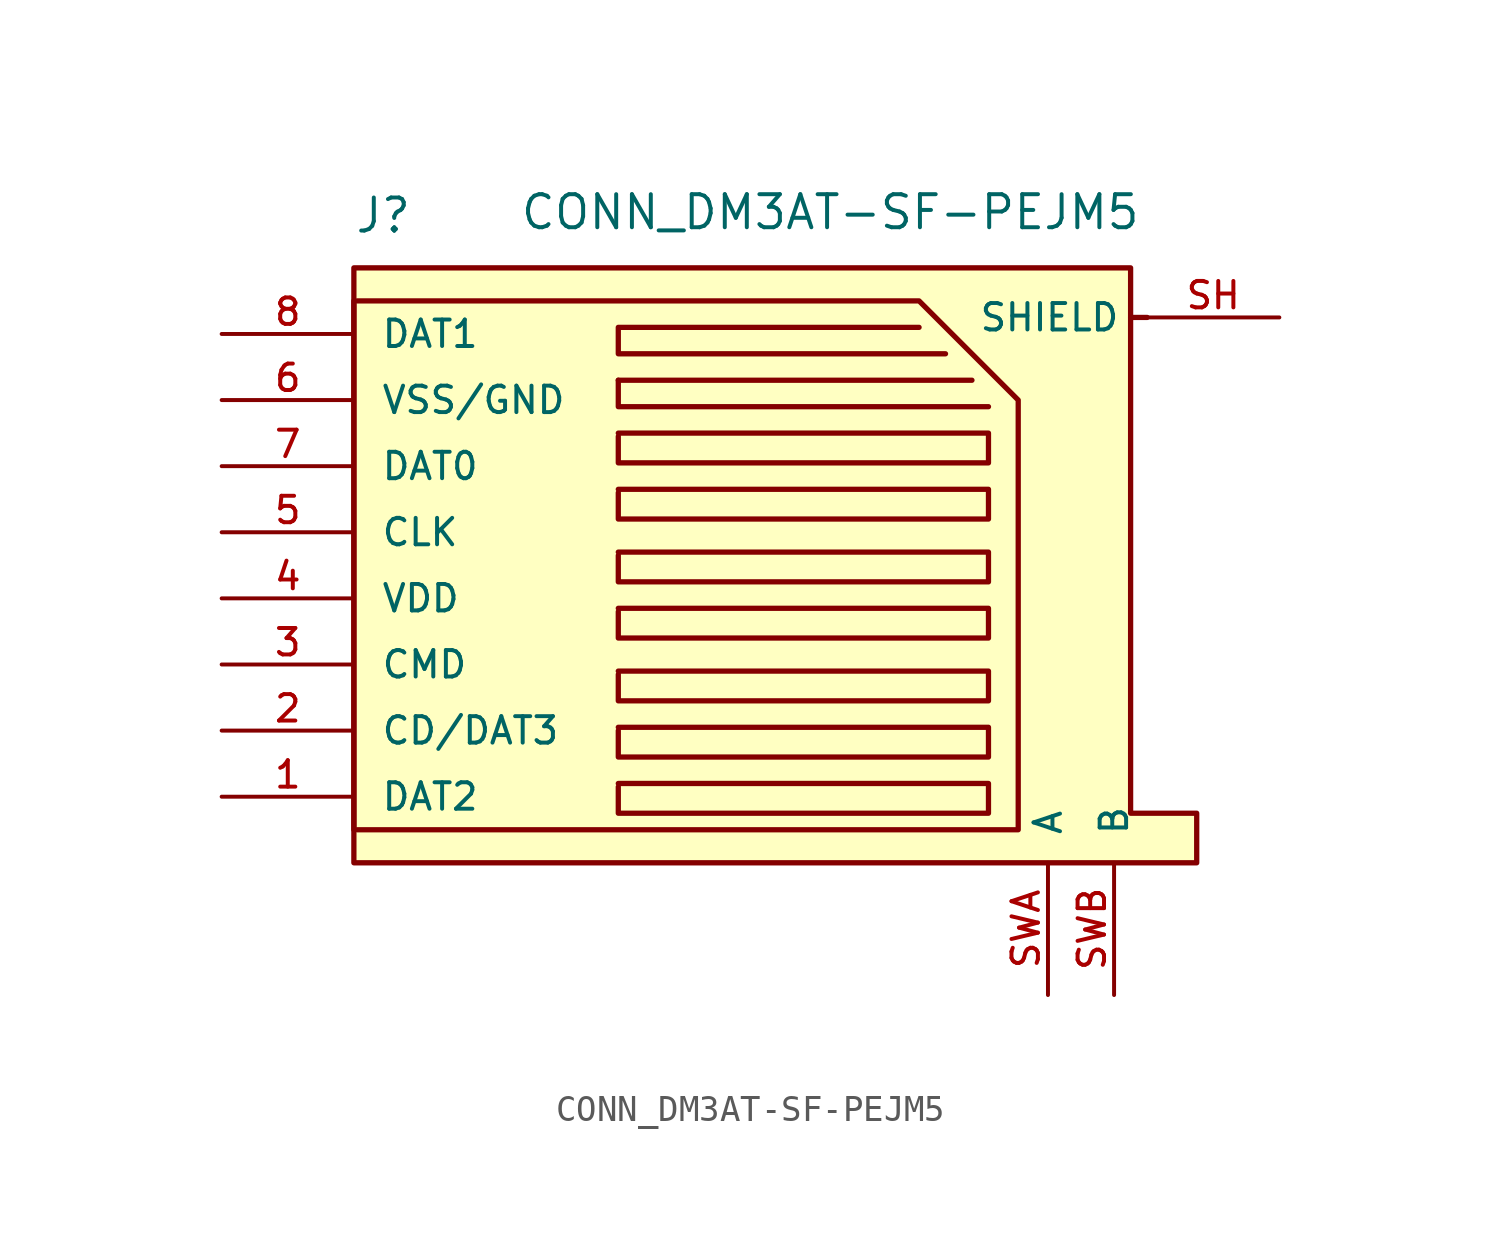
<source format=kicad_sym>
(kicad_symbol_lib
  (version 20241209)
  (generator "kicad_symbol_editor")
  (generator_version "9.0")
  (symbol "CONN_DM3AT-SF-PEJM5"
    (pin_names
      (offset 1.016))
    (property "Reference" "J"
      (at -15.24 12.065 0)
      (effects (font (size 1.27 1.27)) (justify left bottom)))
    (property "Value" "CONN_DM3AT-SF-PEJM5"
      (at -8.89 12.192 0)
      (effects (font (size 1.27 1.27)) (justify left bottom)))
    (symbol "CONN_DM3AT-SF-PEJM5_0_0"
      (pin bidirectional line (at -20.32 8.255 0) (length 5.08) (name "DAT1" (effects (font (size 1.016 1.016)))) (number "8" (effects (font (size 1.016 1.016)))))
      (pin power_in line (at -20.32 5.715 0) (length 5.08) (name "VSS/GND" (effects (font (size 1.016 1.016)))) (number "6" (effects (font (size 1.016 1.016)))))
      (pin bidirectional line (at -20.32 3.175 0) (length 5.08) (name "DAT0" (effects (font (size 1.016 1.016)))) (number "7" (effects (font (size 1.016 1.016)))))
      (pin bidirectional line (at -20.32 0.635 0) (length 5.08) (name "CLK" (effects (font (size 1.016 1.016)))) (number "5" (effects (font (size 1.016 1.016)))))
      (pin power_in line (at -20.32 -1.905 0) (length 5.08) (name "VDD" (effects (font (size 1.016 1.016)))) (number "4" (effects (font (size 1.016 1.016)))))
      (pin bidirectional line (at -20.32 -4.445 0) (length 5.08) (name "CMD" (effects (font (size 1.016 1.016)))) (number "3" (effects (font (size 1.016 1.016)))))
      (pin bidirectional line (at -20.32 -6.985 0) (length 5.08) (name "CD/DAT3" (effects (font (size 1.016 1.016)))) (number "2" (effects (font (size 1.016 1.016)))))
      (pin bidirectional line (at -20.32 -9.525 0) (length 5.08) (name "DAT2" (effects (font (size 1.016 1.016)))) (number "1" (effects (font (size 1.016 1.016)))))
      (pin bidirectional line (at 11.43 -17.145 90) (length 5.08) (name "A" (effects (font (size 1.016 1.016)))) (number "SWA" (effects (font (size 1.016 1.016)))))
      (pin bidirectional line (at 13.97 -17.145 90) (length 5.08) (name "B" (effects (font (size 1.016 1.016)))) (number "SWB" (effects (font (size 1.016 1.016)))))
      (pin passive line (at 20.32 8.89 180) (length 5.08) (name "SHIELD" (effects (font (size 1.016 1.016)))) (number "SH" (effects (font (size 1.016 1.016))))))
    (symbol "CONN_DM3AT-SF-PEJM5_0_1"
      (polyline (pts (xy -15.24 10.795) (xy -15.24 -12.065) (xy 17.145 -12.065) (xy 17.145 -10.16) (xy 14.605 -10.16) (xy 14.605 10.795) (xy -15.24 10.795)) (stroke (width 0.203) (type solid)) (fill (type background)))
      (polyline (pts (xy -15.24 9.525) (xy -15.24 -10.795)) (stroke (width 0.203) (type solid)) (fill (type none)))
      (polyline (pts (xy -15.113 -10.795) (xy 10.287 -10.795) (xy 10.287 5.715) (xy 6.477 9.525) (xy -15.113 9.525)) (stroke (width 0.203) (type solid)) (fill (type none)))
      (polyline (pts (xy -5.08 6.477) (xy 8.509 6.477)) (stroke (width 0.203) (type solid)) (fill (type none)))
      (polyline (pts (xy -5.08 6.477) (xy -5.08 5.461) (xy 9.144 5.461)) (stroke (width 0.203) (type solid)) (fill (type none)))
      (polyline (pts (xy -5.08 4.445) (xy 9.144 4.445) (xy 9.144 3.302) (xy -5.08 3.302) (xy -5.08 4.318)) (stroke (width 0.203) (type solid)) (fill (type none)))
      (polyline (pts (xy -5.08 2.286) (xy 9.144 2.286) (xy 9.144 1.143) (xy -5.08 1.143) (xy -5.08 2.159)) (stroke (width 0.203) (type solid)) (fill (type none)))
      (polyline (pts (xy -5.08 -0.127) (xy 9.144 -0.127) (xy 9.144 -1.27) (xy -5.08 -1.27) (xy -5.08 -0.254)) (stroke (width 0.203) (type solid)) (fill (type none)))
      (polyline (pts (xy -5.08 -2.286) (xy 9.144 -2.286) (xy 9.144 -3.429) (xy -5.08 -3.429) (xy -5.08 -2.413)) (stroke (width 0.203) (type solid)) (fill (type none)))
      (polyline (pts (xy 6.477 8.509) (xy -5.08 8.509) (xy -5.08 7.493) (xy 7.112 7.493) (xy 7.493 7.493)) (stroke (width 0.203) (type solid)) (fill (type none)))
      (polyline (pts (xy 15.24 8.89) (xy 14.605 8.89)) (stroke (width 0.203) (type solid)) (fill (type none))))
    (symbol "CONN_DM3AT-SF-PEJM5_1_1"
      (polyline (pts (xy -5.08 -4.699) (xy 9.144 -4.699) (xy 9.144 -5.842) (xy -5.08 -5.842) (xy -5.08 -4.826)) (stroke (width 0.203) (type solid)) (fill (type none)))
      (polyline (pts (xy -5.08 -6.858) (xy 9.144 -6.858) (xy 9.144 -8.001) (xy -5.08 -8.001) (xy -5.08 -6.985)) (stroke (width 0.203) (type solid)) (fill (type none)))
      (polyline (pts (xy -5.08 -9.017) (xy 9.144 -9.017) (xy 9.144 -10.16) (xy -5.08 -10.16) (xy -5.08 -9.144)) (stroke (width 0.203) (type solid)) (fill (type none))))))
</source>
